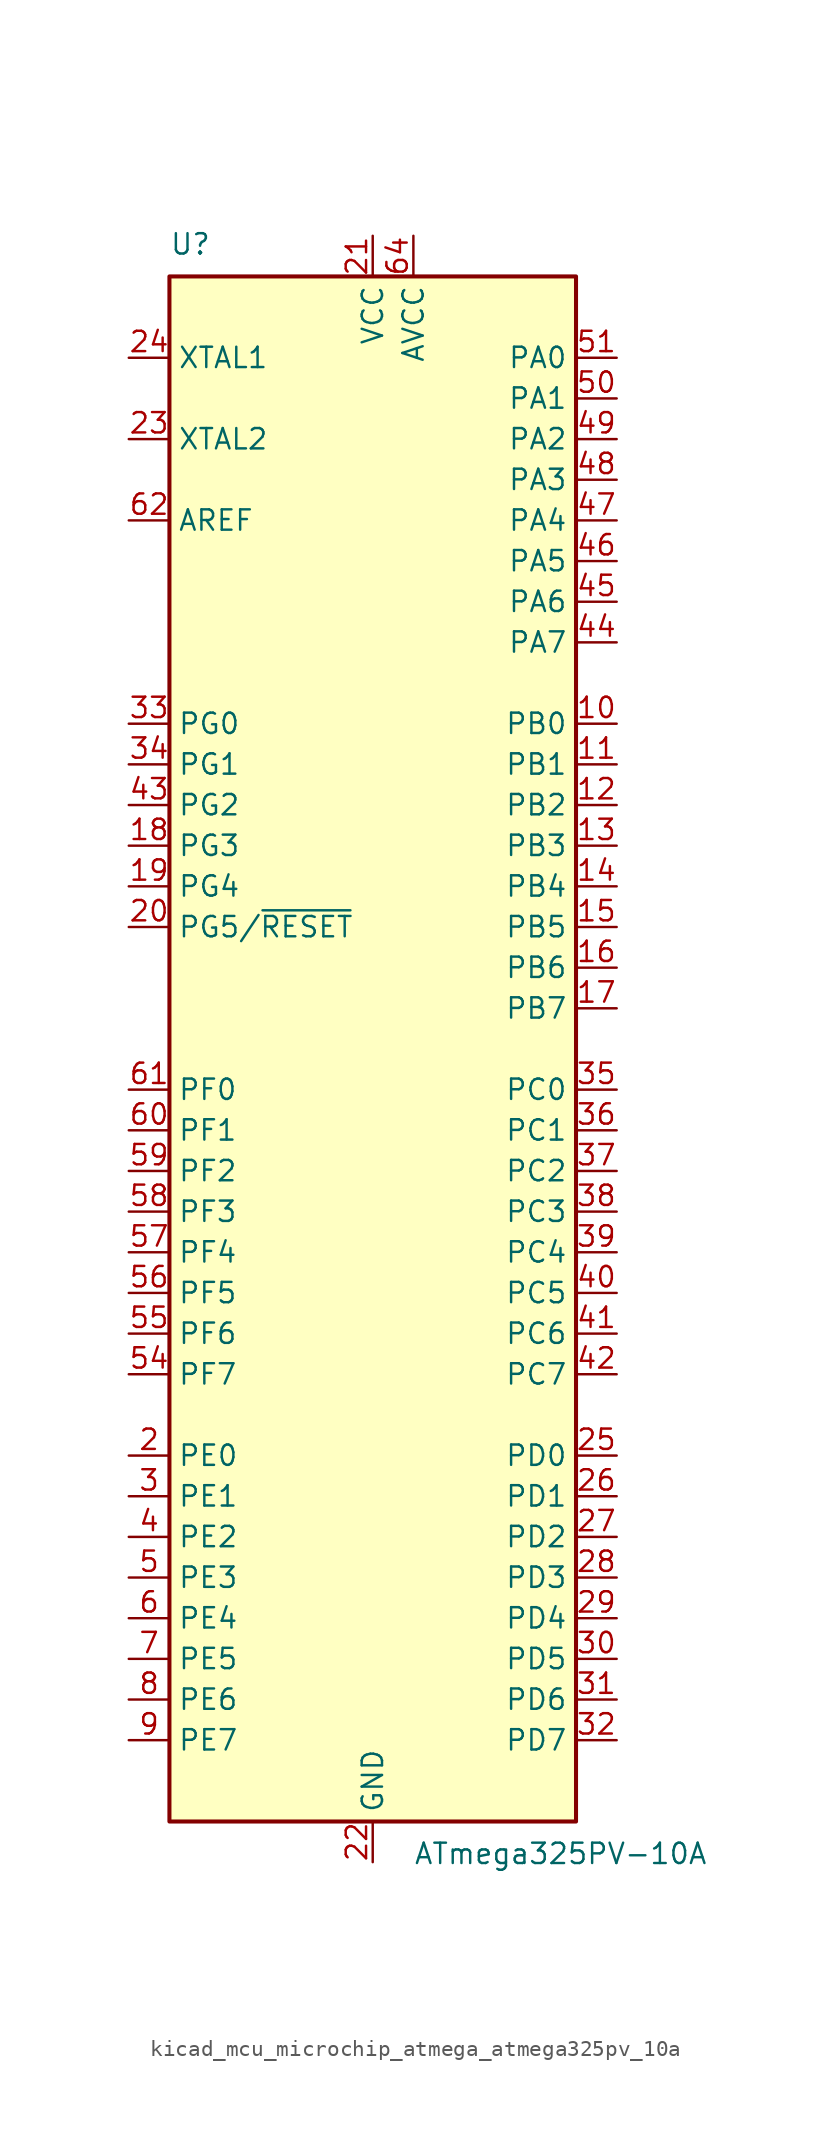
<source format=kicad_sym>
(kicad_symbol_lib
  (version 20220914)
  (generator kicad_symbol_editor)
  (symbol "kicad_mcu_microchip_atmega_atmega325pv_10a"
    (property "Reference" "U"
      (at -12.7 49.53 0)
      (effects (font (size 1.27 1.27)) (justify left bottom)))
    (property "Value" "ATmega325PV-10A"
      (at 2.54 -49.53 0)
      (effects (font (size 1.27 1.27)) (justify left top)))
    (symbol "kicad_mcu_microchip_atmega_atmega325pv_10a_0_1"
      (rectangle (start -12.7 -48.26) (end 12.7 48.26) (stroke (width 0.254) (type default)) (fill (type background))))
    (symbol "kicad_mcu_microchip_atmega_atmega325pv_10a_1_1"
      (pin no_connect line (at -12.7 -45.72 0) (length 2.54) hide (name "NC" (effects (font (size 1.27 1.27)))) (number "1" (effects (font (size 1.27 1.27)))))
      (pin bidirectional line (at 15.24 20.32 180) (length 2.54) (name "PB0" (effects (font (size 1.27 1.27)))) (number "10" (effects (font (size 1.27 1.27)))))
      (pin bidirectional line (at 15.24 17.78 180) (length 2.54) (name "PB1" (effects (font (size 1.27 1.27)))) (number "11" (effects (font (size 1.27 1.27)))))
      (pin bidirectional line (at 15.24 15.24 180) (length 2.54) (name "PB2" (effects (font (size 1.27 1.27)))) (number "12" (effects (font (size 1.27 1.27)))))
      (pin bidirectional line (at 15.24 12.7 180) (length 2.54) (name "PB3" (effects (font (size 1.27 1.27)))) (number "13" (effects (font (size 1.27 1.27)))))
      (pin bidirectional line (at 15.24 10.16 180) (length 2.54) (name "PB4" (effects (font (size 1.27 1.27)))) (number "14" (effects (font (size 1.27 1.27)))))
      (pin bidirectional line (at 15.24 7.62 180) (length 2.54) (name "PB5" (effects (font (size 1.27 1.27)))) (number "15" (effects (font (size 1.27 1.27)))))
      (pin bidirectional line (at 15.24 5.08 180) (length 2.54) (name "PB6" (effects (font (size 1.27 1.27)))) (number "16" (effects (font (size 1.27 1.27)))))
      (pin bidirectional line (at 15.24 2.54 180) (length 2.54) (name "PB7" (effects (font (size 1.27 1.27)))) (number "17" (effects (font (size 1.27 1.27)))))
      (pin bidirectional line (at -15.24 12.7 0) (length 2.54) (name "PG3" (effects (font (size 1.27 1.27)))) (number "18" (effects (font (size 1.27 1.27)))))
      (pin bidirectional line (at -15.24 10.16 0) (length 2.54) (name "PG4" (effects (font (size 1.27 1.27)))) (number "19" (effects (font (size 1.27 1.27)))))
      (pin bidirectional line (at -15.24 -25.4 0) (length 2.54) (name "PE0" (effects (font (size 1.27 1.27)))) (number "2" (effects (font (size 1.27 1.27)))))
      (pin bidirectional line (at -15.24 7.62 0) (length 2.54) (name "PG5/~{RESET}" (effects (font (size 1.27 1.27)))) (number "20" (effects (font (size 1.27 1.27)))))
      (pin power_in line (at 0 50.8 270) (length 2.54) (name "VCC" (effects (font (size 1.27 1.27)))) (number "21" (effects (font (size 1.27 1.27)))))
      (pin power_in line (at 0 -50.8 90) (length 2.54) (name "GND" (effects (font (size 1.27 1.27)))) (number "22" (effects (font (size 1.27 1.27)))))
      (pin output line (at -15.24 38.1 0) (length 2.54) (name "XTAL2" (effects (font (size 1.27 1.27)))) (number "23" (effects (font (size 1.27 1.27)))))
      (pin input line (at -15.24 43.18 0) (length 2.54) (name "XTAL1" (effects (font (size 1.27 1.27)))) (number "24" (effects (font (size 1.27 1.27)))))
      (pin bidirectional line (at 15.24 -25.4 180) (length 2.54) (name "PD0" (effects (font (size 1.27 1.27)))) (number "25" (effects (font (size 1.27 1.27)))))
      (pin bidirectional line (at 15.24 -27.94 180) (length 2.54) (name "PD1" (effects (font (size 1.27 1.27)))) (number "26" (effects (font (size 1.27 1.27)))))
      (pin bidirectional line (at 15.24 -30.48 180) (length 2.54) (name "PD2" (effects (font (size 1.27 1.27)))) (number "27" (effects (font (size 1.27 1.27)))))
      (pin bidirectional line (at 15.24 -33.02 180) (length 2.54) (name "PD3" (effects (font (size 1.27 1.27)))) (number "28" (effects (font (size 1.27 1.27)))))
      (pin bidirectional line (at 15.24 -35.56 180) (length 2.54) (name "PD4" (effects (font (size 1.27 1.27)))) (number "29" (effects (font (size 1.27 1.27)))))
      (pin bidirectional line (at -15.24 -27.94 0) (length 2.54) (name "PE1" (effects (font (size 1.27 1.27)))) (number "3" (effects (font (size 1.27 1.27)))))
      (pin bidirectional line (at 15.24 -38.1 180) (length 2.54) (name "PD5" (effects (font (size 1.27 1.27)))) (number "30" (effects (font (size 1.27 1.27)))))
      (pin bidirectional line (at 15.24 -40.64 180) (length 2.54) (name "PD6" (effects (font (size 1.27 1.27)))) (number "31" (effects (font (size 1.27 1.27)))))
      (pin bidirectional line (at 15.24 -43.18 180) (length 2.54) (name "PD7" (effects (font (size 1.27 1.27)))) (number "32" (effects (font (size 1.27 1.27)))))
      (pin bidirectional line (at -15.24 20.32 0) (length 2.54) (name "PG0" (effects (font (size 1.27 1.27)))) (number "33" (effects (font (size 1.27 1.27)))))
      (pin bidirectional line (at -15.24 17.78 0) (length 2.54) (name "PG1" (effects (font (size 1.27 1.27)))) (number "34" (effects (font (size 1.27 1.27)))))
      (pin bidirectional line (at 15.24 -2.54 180) (length 2.54) (name "PC0" (effects (font (size 1.27 1.27)))) (number "35" (effects (font (size 1.27 1.27)))))
      (pin bidirectional line (at 15.24 -5.08 180) (length 2.54) (name "PC1" (effects (font (size 1.27 1.27)))) (number "36" (effects (font (size 1.27 1.27)))))
      (pin bidirectional line (at 15.24 -7.62 180) (length 2.54) (name "PC2" (effects (font (size 1.27 1.27)))) (number "37" (effects (font (size 1.27 1.27)))))
      (pin bidirectional line (at 15.24 -10.16 180) (length 2.54) (name "PC3" (effects (font (size 1.27 1.27)))) (number "38" (effects (font (size 1.27 1.27)))))
      (pin bidirectional line (at 15.24 -12.7 180) (length 2.54) (name "PC4" (effects (font (size 1.27 1.27)))) (number "39" (effects (font (size 1.27 1.27)))))
      (pin bidirectional line (at -15.24 -30.48 0) (length 2.54) (name "PE2" (effects (font (size 1.27 1.27)))) (number "4" (effects (font (size 1.27 1.27)))))
      (pin bidirectional line (at 15.24 -15.24 180) (length 2.54) (name "PC5" (effects (font (size 1.27 1.27)))) (number "40" (effects (font (size 1.27 1.27)))))
      (pin bidirectional line (at 15.24 -17.78 180) (length 2.54) (name "PC6" (effects (font (size 1.27 1.27)))) (number "41" (effects (font (size 1.27 1.27)))))
      (pin bidirectional line (at 15.24 -20.32 180) (length 2.54) (name "PC7" (effects (font (size 1.27 1.27)))) (number "42" (effects (font (size 1.27 1.27)))))
      (pin bidirectional line (at -15.24 15.24 0) (length 2.54) (name "PG2" (effects (font (size 1.27 1.27)))) (number "43" (effects (font (size 1.27 1.27)))))
      (pin bidirectional line (at 15.24 25.4 180) (length 2.54) (name "PA7" (effects (font (size 1.27 1.27)))) (number "44" (effects (font (size 1.27 1.27)))))
      (pin bidirectional line (at 15.24 27.94 180) (length 2.54) (name "PA6" (effects (font (size 1.27 1.27)))) (number "45" (effects (font (size 1.27 1.27)))))
      (pin bidirectional line (at 15.24 30.48 180) (length 2.54) (name "PA5" (effects (font (size 1.27 1.27)))) (number "46" (effects (font (size 1.27 1.27)))))
      (pin bidirectional line (at 15.24 33.02 180) (length 2.54) (name "PA4" (effects (font (size 1.27 1.27)))) (number "47" (effects (font (size 1.27 1.27)))))
      (pin bidirectional line (at 15.24 35.56 180) (length 2.54) (name "PA3" (effects (font (size 1.27 1.27)))) (number "48" (effects (font (size 1.27 1.27)))))
      (pin bidirectional line (at 15.24 38.1 180) (length 2.54) (name "PA2" (effects (font (size 1.27 1.27)))) (number "49" (effects (font (size 1.27 1.27)))))
      (pin bidirectional line (at -15.24 -33.02 0) (length 2.54) (name "PE3" (effects (font (size 1.27 1.27)))) (number "5" (effects (font (size 1.27 1.27)))))
      (pin bidirectional line (at 15.24 40.64 180) (length 2.54) (name "PA1" (effects (font (size 1.27 1.27)))) (number "50" (effects (font (size 1.27 1.27)))))
      (pin bidirectional line (at 15.24 43.18 180) (length 2.54) (name "PA0" (effects (font (size 1.27 1.27)))) (number "51" (effects (font (size 1.27 1.27)))))
      (pin passive line (at 0 50.8 270) (length 2.54) hide (name "VCC" (effects (font (size 1.27 1.27)))) (number "52" (effects (font (size 1.27 1.27)))))
      (pin passive line (at 0 -50.8 90) (length 2.54) hide (name "GND" (effects (font (size 1.27 1.27)))) (number "53" (effects (font (size 1.27 1.27)))))
      (pin bidirectional line (at -15.24 -20.32 0) (length 2.54) (name "PF7" (effects (font (size 1.27 1.27)))) (number "54" (effects (font (size 1.27 1.27)))))
      (pin bidirectional line (at -15.24 -17.78 0) (length 2.54) (name "PF6" (effects (font (size 1.27 1.27)))) (number "55" (effects (font (size 1.27 1.27)))))
      (pin bidirectional line (at -15.24 -15.24 0) (length 2.54) (name "PF5" (effects (font (size 1.27 1.27)))) (number "56" (effects (font (size 1.27 1.27)))))
      (pin bidirectional line (at -15.24 -12.7 0) (length 2.54) (name "PF4" (effects (font (size 1.27 1.27)))) (number "57" (effects (font (size 1.27 1.27)))))
      (pin bidirectional line (at -15.24 -10.16 0) (length 2.54) (name "PF3" (effects (font (size 1.27 1.27)))) (number "58" (effects (font (size 1.27 1.27)))))
      (pin bidirectional line (at -15.24 -7.62 0) (length 2.54) (name "PF2" (effects (font (size 1.27 1.27)))) (number "59" (effects (font (size 1.27 1.27)))))
      (pin bidirectional line (at -15.24 -35.56 0) (length 2.54) (name "PE4" (effects (font (size 1.27 1.27)))) (number "6" (effects (font (size 1.27 1.27)))))
      (pin bidirectional line (at -15.24 -5.08 0) (length 2.54) (name "PF1" (effects (font (size 1.27 1.27)))) (number "60" (effects (font (size 1.27 1.27)))))
      (pin bidirectional line (at -15.24 -2.54 0) (length 2.54) (name "PF0" (effects (font (size 1.27 1.27)))) (number "61" (effects (font (size 1.27 1.27)))))
      (pin passive line (at -15.24 33.02 0) (length 2.54) (name "AREF" (effects (font (size 1.27 1.27)))) (number "62" (effects (font (size 1.27 1.27)))))
      (pin passive line (at 0 -50.8 90) (length 2.54) hide (name "GND" (effects (font (size 1.27 1.27)))) (number "63" (effects (font (size 1.27 1.27)))))
      (pin power_in line (at 2.54 50.8 270) (length 2.54) (name "AVCC" (effects (font (size 1.27 1.27)))) (number "64" (effects (font (size 1.27 1.27)))))
      (pin bidirectional line (at -15.24 -38.1 0) (length 2.54) (name "PE5" (effects (font (size 1.27 1.27)))) (number "7" (effects (font (size 1.27 1.27)))))
      (pin bidirectional line (at -15.24 -40.64 0) (length 2.54) (name "PE6" (effects (font (size 1.27 1.27)))) (number "8" (effects (font (size 1.27 1.27)))))
      (pin bidirectional line (at -15.24 -43.18 0) (length 2.54) (name "PE7" (effects (font (size 1.27 1.27)))) (number "9" (effects (font (size 1.27 1.27))))))))
</source>
